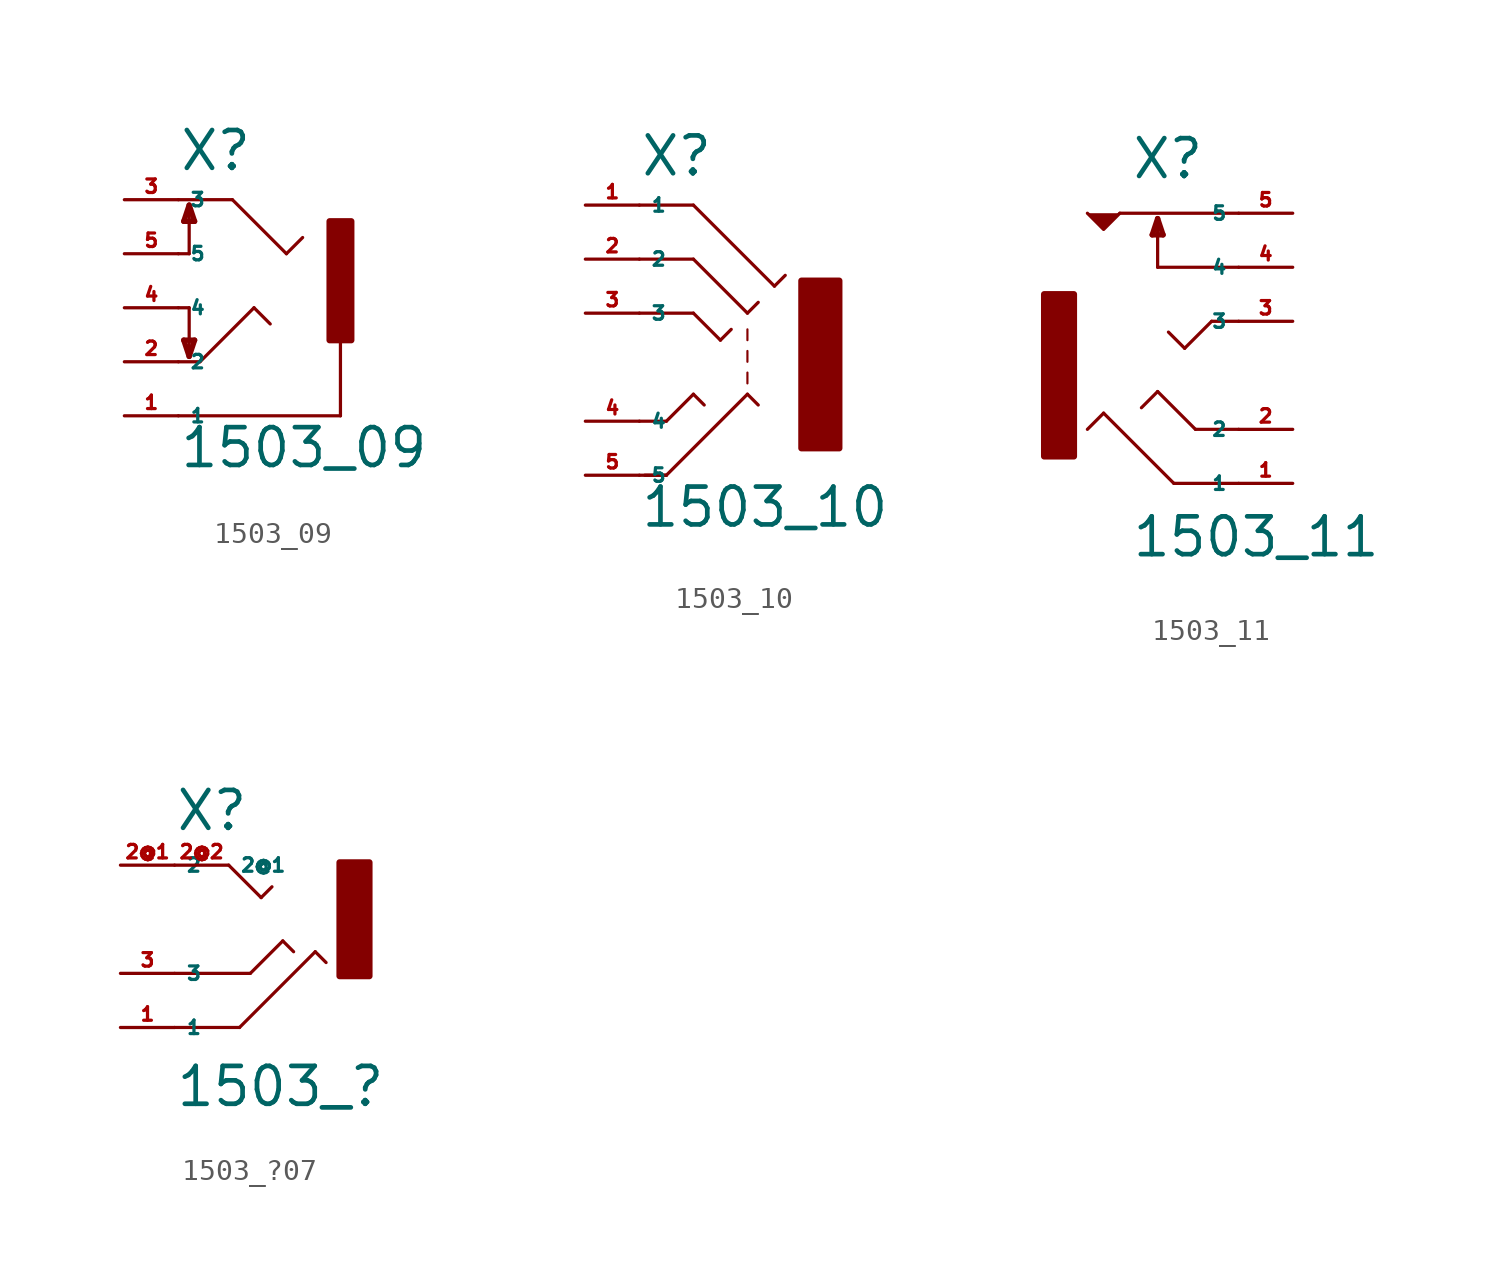
<source format=kicad_sym>
(kicad_symbol_lib
  (version 20220914)
  (generator Eagle2Kicad)
  (symbol "1503_09"
    (property "Reference" "X"
      (at -2.54 6.35 0)
      (effects (font (size 1.778 1.778) (thickness 0.22)) (justify left bottom)))
    (property "Value" "1503_09"
      (at -2.54 -7.62 0)
      (effects (font (size 1.778 1.778) (thickness 0.22)) (justify left bottom)))
    (polyline
      (pts (xy -2.54 5.08) (xy 0 5.08))
      (stroke (width 0.152) (type default))
      (fill (type none)))
    (polyline
      (pts (xy 0 5.08) (xy 2.54 2.54))
      (stroke (width 0.152) (type default))
      (fill (type none)))
    (polyline
      (pts (xy 2.54 2.54) (xy 3.302 3.302))
      (stroke (width 0.152) (type default))
      (fill (type none)))
    (polyline
      (pts (xy -2.54 2.54) (xy -2.032 2.54))
      (stroke (width 0.152) (type default))
      (fill (type none)))
    (polyline
      (pts (xy -2.032 2.54) (xy -2.032 4.826))
      (stroke (width 0.152) (type default))
      (fill (type none)))
    (polyline
      (pts (xy -2.032 4.826) (xy -2.286 4.064))
      (stroke (width 0.254) (type default))
      (fill (type none)))
    (polyline
      (pts (xy -2.286 4.064) (xy -1.778 4.064))
      (stroke (width 0.254) (type default))
      (fill (type none)))
    (polyline
      (pts (xy -1.778 4.064) (xy -2.032 4.826))
      (stroke (width 0.254) (type default))
      (fill (type none)))
    (polyline
      (pts (xy -2.54 -5.08) (xy 5.08 -5.08))
      (stroke (width 0.152) (type default))
      (fill (type none)))
    (polyline
      (pts (xy 5.08 -5.08) (xy 5.08 -1.524))
      (stroke (width 0.152) (type default))
      (fill (type none)))
    (polyline
      (pts (xy -2.54 -2.54) (xy -1.524 -2.54))
      (stroke (width 0.152) (type default))
      (fill (type none)))
    (polyline
      (pts (xy -1.524 -2.54) (xy 1.016 0))
      (stroke (width 0.152) (type default))
      (fill (type none)))
    (polyline
      (pts (xy 1.016 0) (xy 1.778 -0.762))
      (stroke (width 0.152) (type default))
      (fill (type none)))
    (polyline
      (pts (xy -2.54 0) (xy -2.032 0))
      (stroke (width 0.152) (type default))
      (fill (type none)))
    (polyline
      (pts (xy -2.032 0) (xy -2.032 -2.286))
      (stroke (width 0.152) (type default))
      (fill (type none)))
    (polyline
      (pts (xy -2.032 -2.286) (xy -2.286 -1.524))
      (stroke (width 0.254) (type default))
      (fill (type none)))
    (polyline
      (pts (xy -2.286 -1.524) (xy -1.778 -1.524))
      (stroke (width 0.254) (type default))
      (fill (type none)))
    (polyline
      (pts (xy -1.778 -1.524) (xy -2.032 -2.286))
      (stroke (width 0.254) (type default))
      (fill (type none)))
    (rectangle
      (start 4.572 4.064)
      (end 5.588 -1.524)
      (stroke (width 0.3) (type default))
      (fill (type outline)))
    (pin passive line
      (at -5.08 -5.08 0)
      (length 2.54)
      (name "1" (effects (font (size 0.635 0.635) (thickness 0.08)) (justify left bottom)))
      (number "1" (effects (font (size 0.635 0.635) (thickness 0.08)) (justify left bottom))))
    (pin passive line
      (at -5.08 5.08 0)
      (length 2.54)
      (name "3" (effects (font (size 0.635 0.635) (thickness 0.08)) (justify left bottom)))
      (number "3" (effects (font (size 0.635 0.635) (thickness 0.08)) (justify left bottom))))
    (pin passive line
      (at -5.08 2.54 0)
      (length 2.54)
      (name "5" (effects (font (size 0.635 0.635) (thickness 0.08)) (justify left bottom)))
      (number "5" (effects (font (size 0.635 0.635) (thickness 0.08)) (justify left bottom))))
    (pin passive line
      (at -5.08 -2.54 0)
      (length 2.54)
      (name "2" (effects (font (size 0.635 0.635) (thickness 0.08)) (justify left bottom)))
      (number "2" (effects (font (size 0.635 0.635) (thickness 0.08)) (justify left bottom))))
    (pin passive line
      (at -5.08 0 0)
      (length 2.54)
      (name "4" (effects (font (size 0.635 0.635) (thickness 0.08)) (justify left bottom)))
      (number "4" (effects (font (size 0.635 0.635) (thickness 0.08)) (justify left bottom)))))
  (symbol "1503_10"
    (property "Reference" "X"
      (at -5.08 6.35 0)
      (effects (font (size 1.778 1.778) (thickness 0.22)) (justify left bottom)))
    (property "Value" "1503_10"
      (at -5.08 -10.16 0)
      (effects (font (size 1.778 1.778) (thickness 0.22)) (justify left bottom)))
    (polyline
      (pts (xy -5.08 5.08) (xy -2.54 5.08))
      (stroke (width 0.152) (type default))
      (fill (type none)))
    (polyline
      (pts (xy -2.54 5.08) (xy 1.27 1.27))
      (stroke (width 0.152) (type default))
      (fill (type none)))
    (polyline
      (pts (xy -5.08 -5.08) (xy -3.81 -5.08))
      (stroke (width 0.152) (type default))
      (fill (type none)))
    (polyline
      (pts (xy -3.81 -5.08) (xy -2.54 -3.81))
      (stroke (width 0.152) (type default))
      (fill (type none)))
    (polyline
      (pts (xy -5.08 2.54) (xy -2.54 2.54))
      (stroke (width 0.152) (type default))
      (fill (type none)))
    (polyline
      (pts (xy -2.54 2.54) (xy 0 0))
      (stroke (width 0.152) (type default))
      (fill (type none)))
    (polyline
      (pts (xy -5.08 0) (xy -2.54 0))
      (stroke (width 0.152) (type default))
      (fill (type none)))
    (polyline
      (pts (xy -2.54 0) (xy -1.27 -1.27))
      (stroke (width 0.152) (type default))
      (fill (type none)))
    (polyline
      (pts (xy -1.27 -1.27) (xy -0.762 -0.762))
      (stroke (width 0.152) (type default))
      (fill (type none)))
    (polyline
      (pts (xy -5.08 -7.62) (xy -3.81 -7.62))
      (stroke (width 0.152) (type default))
      (fill (type none)))
    (polyline
      (pts (xy -4.826 -7.62) (xy -3.81 -7.62))
      (stroke (width 0.152) (type default))
      (fill (type none)))
    (polyline
      (pts (xy -3.81 -7.62) (xy 0 -3.81))
      (stroke (width 0.152) (type default))
      (fill (type none)))
    (polyline
      (pts (xy 0 -0.762) (xy 0 -1.27))
      (stroke (width 0.102) (type default))
      (fill (type none)))
    (polyline
      (pts (xy 0 -1.778) (xy 0 -2.286))
      (stroke (width 0.102) (type default))
      (fill (type none)))
    (polyline
      (pts (xy 0 -2.794) (xy 0 -3.302))
      (stroke (width 0.102) (type default))
      (fill (type none)))
    (polyline
      (pts (xy 0 0) (xy 0.508 0.508))
      (stroke (width 0.152) (type default))
      (fill (type none)))
    (polyline
      (pts (xy 1.27 1.27) (xy 1.778 1.778))
      (stroke (width 0.152) (type default))
      (fill (type none)))
    (polyline
      (pts (xy -2.54 -3.81) (xy -2.032 -4.318))
      (stroke (width 0.152) (type default))
      (fill (type none)))
    (polyline
      (pts (xy 0 -3.81) (xy 0.508 -4.318))
      (stroke (width 0.152) (type default))
      (fill (type none)))
    (rectangle
      (start 2.54 -6.35)
      (end 4.318 1.524)
      (stroke (width 0.3) (type default))
      (fill (type outline)))
    (pin passive line
      (at -7.62 -7.62 0)
      (length 2.54)
      (name "5" (effects (font (size 0.635 0.635) (thickness 0.08)) (justify left bottom)))
      (number "5" (effects (font (size 0.635 0.635) (thickness 0.08)) (justify left bottom))))
    (pin passive line
      (at -7.62 5.08 0)
      (length 2.54)
      (name "1" (effects (font (size 0.635 0.635) (thickness 0.08)) (justify left bottom)))
      (number "1" (effects (font (size 0.635 0.635) (thickness 0.08)) (justify left bottom))))
    (pin passive line
      (at -7.62 2.54 0)
      (length 2.54)
      (name "2" (effects (font (size 0.635 0.635) (thickness 0.08)) (justify left bottom)))
      (number "2" (effects (font (size 0.635 0.635) (thickness 0.08)) (justify left bottom))))
    (pin passive line
      (at -7.62 -5.08 0)
      (length 2.54)
      (name "4" (effects (font (size 0.635 0.635) (thickness 0.08)) (justify left bottom)))
      (number "4" (effects (font (size 0.635 0.635) (thickness 0.08)) (justify left bottom))))
    (pin passive line
      (at -7.62 0 0)
      (length 2.54)
      (name "3" (effects (font (size 0.635 0.635) (thickness 0.08)) (justify left bottom)))
      (number "3" (effects (font (size 0.635 0.635) (thickness 0.08)) (justify left bottom)))))
  (symbol "1503_11"
    (property "Reference" "X"
      (at -2.54 9.144 0)
      (effects (font (size 1.778 1.778) (thickness 0.22)) (justify left bottom)))
    (property "Value" "1503_11"
      (at -2.54 -8.636 0)
      (effects (font (size 1.778 1.778) (thickness 0.22)) (justify left bottom)))
    (polyline
      (pts (xy -3.048 7.62) (xy -3.81 6.858) (xy -4.572 7.62))
      (stroke (width 0.152) (type default))
      (fill (type outline)))
    (polyline
      (pts (xy 2.54 -2.54) (xy 0.508 -2.54))
      (stroke (width 0.152) (type default))
      (fill (type none)))
    (polyline
      (pts (xy 0.508 -2.54) (xy -1.27 -0.762))
      (stroke (width 0.152) (type default))
      (fill (type none)))
    (polyline
      (pts (xy -1.27 -0.762) (xy -2.032 -1.524))
      (stroke (width 0.152) (type default))
      (fill (type none)))
    (polyline
      (pts (xy 2.54 -5.08) (xy -0.508 -5.08))
      (stroke (width 0.152) (type default))
      (fill (type none)))
    (polyline
      (pts (xy -0.508 -5.08) (xy -3.81 -1.778))
      (stroke (width 0.152) (type default))
      (fill (type none)))
    (polyline
      (pts (xy -3.81 -1.778) (xy -4.572 -2.54))
      (stroke (width 0.152) (type default))
      (fill (type none)))
    (polyline
      (pts (xy 2.54 2.54) (xy 1.27 2.54))
      (stroke (width 0.152) (type default))
      (fill (type none)))
    (polyline
      (pts (xy 1.27 2.54) (xy 0 1.27))
      (stroke (width 0.152) (type default))
      (fill (type none)))
    (polyline
      (pts (xy 0 1.27) (xy -0.762 2.032))
      (stroke (width 0.152) (type default))
      (fill (type none)))
    (polyline
      (pts (xy 2.54 7.62) (xy -3.048 7.62))
      (stroke (width 0.152) (type default))
      (fill (type none)))
    (polyline
      (pts (xy -1.27 5.08) (xy -1.27 7.366))
      (stroke (width 0.152) (type default))
      (fill (type none)))
    (polyline
      (pts (xy -1.27 7.366) (xy -1.524 6.604))
      (stroke (width 0.254) (type default))
      (fill (type none)))
    (polyline
      (pts (xy -1.524 6.604) (xy -1.016 6.604))
      (stroke (width 0.254) (type default))
      (fill (type none)))
    (polyline
      (pts (xy -1.016 6.604) (xy -1.27 7.366))
      (stroke (width 0.254) (type default))
      (fill (type none)))
    (polyline
      (pts (xy -1.27 5.08) (xy 2.54 5.08))
      (stroke (width 0.152) (type default))
      (fill (type none)))
    (rectangle
      (start -6.604 -3.81)
      (end -5.207 3.81)
      (stroke (width 0.3) (type default))
      (fill (type outline)))
    (pin passive line
      (at 5.08 -5.08 180)
      (length 2.54)
      (name "1" (effects (font (size 0.635 0.635) (thickness 0.08)) (justify left bottom)))
      (number "1" (effects (font (size 0.635 0.635) (thickness 0.08)) (justify left bottom))))
    (pin passive line
      (at 5.08 -2.54 180)
      (length 2.54)
      (name "2" (effects (font (size 0.635 0.635) (thickness 0.08)) (justify left bottom)))
      (number "2" (effects (font (size 0.635 0.635) (thickness 0.08)) (justify left bottom))))
    (pin passive line
      (at 5.08 2.54 180)
      (length 2.54)
      (name "3" (effects (font (size 0.635 0.635) (thickness 0.08)) (justify left bottom)))
      (number "3" (effects (font (size 0.635 0.635) (thickness 0.08)) (justify left bottom))))
    (pin passive line
      (at 5.08 5.08 180)
      (length 2.54)
      (name "4" (effects (font (size 0.635 0.635) (thickness 0.08)) (justify left bottom)))
      (number "4" (effects (font (size 0.635 0.635) (thickness 0.08)) (justify left bottom))))
    (pin passive line
      (at 5.08 7.62 180)
      (length 2.54)
      (name "5" (effects (font (size 0.635 0.635) (thickness 0.08)) (justify left bottom)))
      (number "5" (effects (font (size 0.635 0.635) (thickness 0.08)) (justify left bottom)))))
  (symbol "1503_?07"
    (property "Reference" "X"
      (at -2.54 4.064 0)
      (effects (font (size 1.778 1.778) (thickness 0.22)) (justify left bottom)))
    (property "Value" "1503_?"
      (at -2.54 -8.89 0)
      (effects (font (size 1.778 1.778) (thickness 0.22)) (justify left bottom)))
    (polyline
      (pts (xy 0 2.54) (xy 1.524 1.016))
      (stroke (width 0.152) (type default))
      (fill (type none)))
    (polyline
      (pts (xy 1.524 1.016) (xy 2.032 1.524))
      (stroke (width 0.152) (type default))
      (fill (type none)))
    (polyline
      (pts (xy -2.54 -5.08) (xy 0.508 -5.08))
      (stroke (width 0.152) (type default))
      (fill (type none)))
    (polyline
      (pts (xy 0.508 -5.08) (xy 4.064 -1.524))
      (stroke (width 0.152) (type default))
      (fill (type none)))
    (polyline
      (pts (xy 4.064 -1.524) (xy 4.572 -2.032))
      (stroke (width 0.152) (type default))
      (fill (type none)))
    (polyline
      (pts (xy -2.54 -2.54) (xy 1.016 -2.54))
      (stroke (width 0.152) (type default))
      (fill (type none)))
    (polyline
      (pts (xy 1.016 -2.54) (xy 2.54 -1.016))
      (stroke (width 0.152) (type default))
      (fill (type none)))
    (polyline
      (pts (xy 2.54 -1.016) (xy 3.048 -1.524))
      (stroke (width 0.152) (type default))
      (fill (type none)))
    (rectangle
      (start 5.207 -2.667)
      (end 6.604 2.667)
      (stroke (width 0.3) (type default))
      (fill (type outline)))
    (pin passive line
      (at -5.08 -5.08 0)
      (length 2.54)
      (name "1" (effects (font (size 0.635 0.635) (thickness 0.08)) (justify left bottom)))
      (number "1" (effects (font (size 0.635 0.635) (thickness 0.08)) (justify left bottom))))
    (pin passive line
      (at -5.08 2.54 0)
      (length 2.54)
      (name "2" (effects (font (size 0.635 0.635) (thickness 0.08)) (justify left bottom)))
      (number "2@1" (effects (font (size 0.635 0.635) (thickness 0.08)) (justify left bottom))))
    (pin passive line
      (at -5.08 -2.54 0)
      (length 2.54)
      (name "3" (effects (font (size 0.635 0.635) (thickness 0.08)) (justify left bottom)))
      (number "3" (effects (font (size 0.635 0.635) (thickness 0.08)) (justify left bottom))))
    (pin passive line
      (at -2.54 2.54 0)
      (length 2.54)
      (name "2@1" (effects (font (size 0.635 0.635) (thickness 0.08)) (justify left bottom)))
      (number "2@2" (effects (font (size 0.635 0.635) (thickness 0.08)) (justify left bottom))))))
</source>
